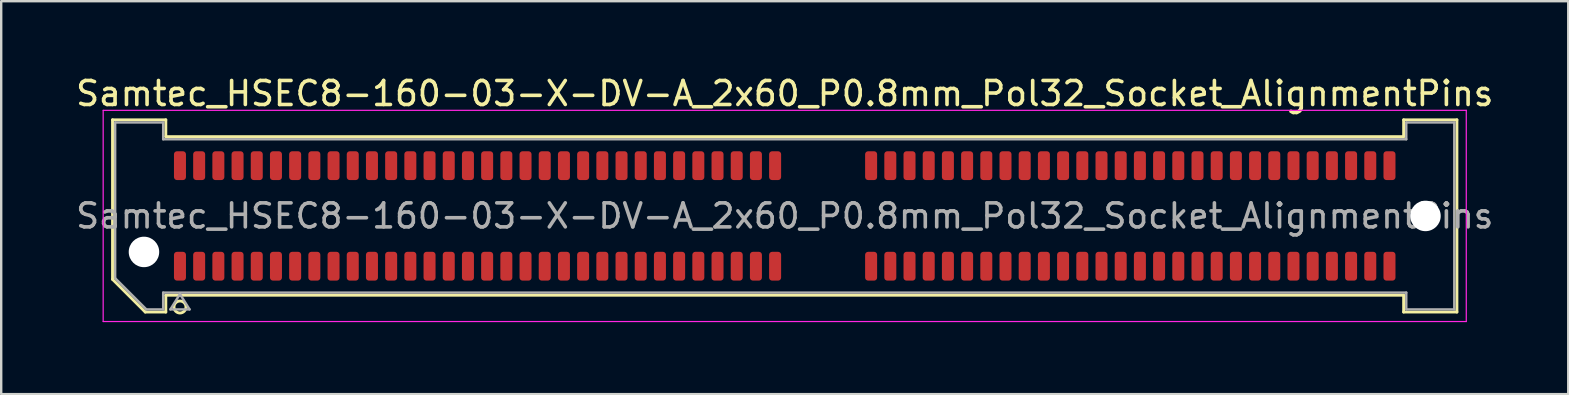
<source format=kicad_pcb>
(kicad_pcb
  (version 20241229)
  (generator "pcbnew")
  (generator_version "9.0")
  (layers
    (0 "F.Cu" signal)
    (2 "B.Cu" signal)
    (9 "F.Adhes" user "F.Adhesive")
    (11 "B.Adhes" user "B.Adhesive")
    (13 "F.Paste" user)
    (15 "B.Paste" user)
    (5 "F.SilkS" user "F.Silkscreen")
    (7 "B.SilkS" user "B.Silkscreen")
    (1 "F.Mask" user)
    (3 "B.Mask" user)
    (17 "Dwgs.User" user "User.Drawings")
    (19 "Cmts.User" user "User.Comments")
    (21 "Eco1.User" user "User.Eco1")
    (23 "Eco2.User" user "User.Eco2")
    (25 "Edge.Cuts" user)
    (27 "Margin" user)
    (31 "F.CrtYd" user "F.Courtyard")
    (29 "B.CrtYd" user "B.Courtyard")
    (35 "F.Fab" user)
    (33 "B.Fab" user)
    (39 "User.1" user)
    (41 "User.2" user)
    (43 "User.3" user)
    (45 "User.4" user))
  (footprint "Samtec_HSEC8-160-03-X-DV-A_2x60_P0.8mm_Pol32_Socket_AlignmentPins"
    (layer "F.Cu")
    (at 29.649 5.948)
    (property "Reference" "Samtec_HSEC8-160-03-X-DV-A_2x60_P0.8mm_Pol32_Socket_AlignmentPins" (at 0 -5.1 0) (layer "F.SilkS") (effects (font (size 1 1) (thickness 0.15))))
    (attr smd)
    (fp_line (start -28.01 -4.005) (end -25.79 -4.005) (stroke (width 0.12) (type solid)) (layer "F.SilkS"))
    (fp_line (start -28.01 2.641) (end -28.01 -4.005) (stroke (width 0.12) (type solid)) (layer "F.SilkS"))
    (fp_line (start -26.646 4.005) (end -28.01 2.641) (stroke (width 0.12) (type solid)) (layer "F.SilkS"))
    (fp_line (start -25.79 -4.005) (end -25.79 -3.305) (stroke (width 0.12) (type solid)) (layer "F.SilkS"))
    (fp_line (start -25.79 -3.305) (end 25.79 -3.305) (stroke (width 0.12) (type solid)) (layer "F.SilkS"))
    (fp_line (start -25.79 3.305) (end -25.79 4.005) (stroke (width 0.12) (type solid)) (layer "F.SilkS"))
    (fp_line (start -25.79 4.005) (end -26.646 4.005) (stroke (width 0.12) (type solid)) (layer "F.SilkS"))
    (fp_line (start 25.79 -4.005) (end 28.01 -4.005) (stroke (width 0.12) (type solid)) (layer "F.SilkS"))
    (fp_line (start 25.79 -3.305) (end 25.79 -4.005) (stroke (width 0.12) (type solid)) (layer "F.SilkS"))
    (fp_line (start 25.79 3.305) (end -25.79 3.305) (stroke (width 0.12) (type solid)) (layer "F.SilkS"))
    (fp_line (start 25.79 4.005) (end 25.79 3.305) (stroke (width 0.12) (type solid)) (layer "F.SilkS"))
    (fp_line (start 28.01 -4.005) (end 28.01 4.005) (stroke (width 0.12) (type solid)) (layer "F.SilkS"))
    (fp_line (start 28.01 4.005) (end 25.79 4.005) (stroke (width 0.12) (type solid)) (layer "F.SilkS"))
    (fp_arc (start -24.95 3.795) (mid -25.45 3.795) (end -24.95 3.795) (stroke (width 0.12) (type solid)) (layer "F.SilkS"))
    (fp_line (start -28.4 -4.4) (end -28.4 4.4) (stroke (width 0.05) (type solid)) (layer "F.CrtYd"))
    (fp_line (start -28.4 4.4) (end 28.4 4.4) (stroke (width 0.05) (type solid)) (layer "F.CrtYd"))
    (fp_line (start 28.4 -4.4) (end -28.4 -4.4) (stroke (width 0.05) (type solid)) (layer "F.CrtYd"))
    (fp_line (start 28.4 4.4) (end 28.4 -4.4) (stroke (width 0.05) (type solid)) (layer "F.CrtYd"))
    (fp_line (start -27.9 -3.895) (end -25.9 -3.895) (stroke (width 0.1) (type solid)) (layer "F.Fab"))
    (fp_line (start -27.9 2.595) (end -27.9 -3.895) (stroke (width 0.1) (type solid)) (layer "F.Fab"))
    (fp_line (start -26.6 3.895) (end -27.9 2.595) (stroke (width 0.1) (type solid)) (layer "F.Fab"))
    (fp_line (start -25.9 -3.895) (end -25.9 -3.195) (stroke (width 0.1) (type solid)) (layer "F.Fab"))
    (fp_line (start -25.9 -3.195) (end 25.9 -3.195) (stroke (width 0.1) (type solid)) (layer "F.Fab"))
    (fp_line (start -25.9 3.195) (end -25.9 3.895) (stroke (width 0.1) (type solid)) (layer "F.Fab"))
    (fp_line (start -25.9 3.895) (end -26.6 3.895) (stroke (width 0.1) (type solid)) (layer "F.Fab"))
    (fp_line (start -25.6 3.895) (end -25.2 3.255) (stroke (width 0.1) (type solid)) (layer "F.Fab"))
    (fp_line (start -25.2 3.255) (end -24.8 3.895) (stroke (width 0.1) (type solid)) (layer "F.Fab"))
    (fp_line (start -24.8 3.895) (end -25.6 3.895) (stroke (width 0.1) (type solid)) (layer "F.Fab"))
    (fp_line (start 25.9 -3.895) (end 27.9 -3.895) (stroke (width 0.1) (type solid)) (layer "F.Fab"))
    (fp_line (start 25.9 -3.195) (end 25.9 -3.895) (stroke (width 0.1) (type solid)) (layer "F.Fab"))
    (fp_line (start 25.9 3.195) (end -25.9 3.195) (stroke (width 0.1) (type solid)) (layer "F.Fab"))
    (fp_line (start 25.9 3.895) (end 25.9 3.195) (stroke (width 0.1) (type solid)) (layer "F.Fab"))
    (fp_line (start 27.9 -3.895) (end 27.9 3.895) (stroke (width 0.1) (type solid)) (layer "F.Fab"))
    (fp_line (start 27.9 3.895) (end 25.9 3.895) (stroke (width 0.1) (type solid)) (layer "F.Fab"))
    (fp_text user "${REFERENCE}" (at 0 0 0) (layer "F.Fab") (effects (font (size 1 1) (thickness 0.15))))
    (pad "" np_thru_hole circle (at -26.7 1.5) (size 1.27 1.27) (drill 1.27) (layers "*.Cu" "*.Mask"))
    (pad "" np_thru_hole circle (at 26.7 0) (size 1.27 1.27) (drill 1.27) (layers "*.Cu" "*.Mask"))
    (pad "1" smd roundrect (at -25.2 2.095) (size 0.5 1.2) (layers "F.Cu" "F.Mask" "F.Paste") (roundrect_rratio 0.25))
    (pad "2" smd roundrect (at -25.2 -2.095) (size 0.5 1.2) (layers "F.Cu" "F.Mask" "F.Paste") (roundrect_rratio 0.25))
    (pad "3" smd roundrect (at -24.4 2.095) (size 0.5 1.2) (layers "F.Cu" "F.Mask" "F.Paste") (roundrect_rratio 0.25))
    (pad "4" smd roundrect (at -24.4 -2.095) (size 0.5 1.2) (layers "F.Cu" "F.Mask" "F.Paste") (roundrect_rratio 0.25))
    (pad "5" smd roundrect (at -23.6 2.095) (size 0.5 1.2) (layers "F.Cu" "F.Mask" "F.Paste") (roundrect_rratio 0.25))
    (pad "6" smd roundrect (at -23.6 -2.095) (size 0.5 1.2) (layers "F.Cu" "F.Mask" "F.Paste") (roundrect_rratio 0.25))
    (pad "7" smd roundrect (at -22.8 2.095) (size 0.5 1.2) (layers "F.Cu" "F.Mask" "F.Paste") (roundrect_rratio 0.25))
    (pad "8" smd roundrect (at -22.8 -2.095) (size 0.5 1.2) (layers "F.Cu" "F.Mask" "F.Paste") (roundrect_rratio 0.25))
    (pad "9" smd roundrect (at -22 2.095) (size 0.5 1.2) (layers "F.Cu" "F.Mask" "F.Paste") (roundrect_rratio 0.25))
    (pad "10" smd roundrect (at -22 -2.095) (size 0.5 1.2) (layers "F.Cu" "F.Mask" "F.Paste") (roundrect_rratio 0.25))
    (pad "11" smd roundrect (at -21.2 2.095) (size 0.5 1.2) (layers "F.Cu" "F.Mask" "F.Paste") (roundrect_rratio 0.25))
    (pad "12" smd roundrect (at -21.2 -2.095) (size 0.5 1.2) (layers "F.Cu" "F.Mask" "F.Paste") (roundrect_rratio 0.25))
    (pad "13" smd roundrect (at -20.4 2.095) (size 0.5 1.2) (layers "F.Cu" "F.Mask" "F.Paste") (roundrect_rratio 0.25))
    (pad "14" smd roundrect (at -20.4 -2.095) (size 0.5 1.2) (layers "F.Cu" "F.Mask" "F.Paste") (roundrect_rratio 0.25))
    (pad "15" smd roundrect (at -19.6 2.095) (size 0.5 1.2) (layers "F.Cu" "F.Mask" "F.Paste") (roundrect_rratio 0.25))
    (pad "16" smd roundrect (at -19.6 -2.095) (size 0.5 1.2) (layers "F.Cu" "F.Mask" "F.Paste") (roundrect_rratio 0.25))
    (pad "17" smd roundrect (at -18.8 2.095) (size 0.5 1.2) (layers "F.Cu" "F.Mask" "F.Paste") (roundrect_rratio 0.25))
    (pad "18" smd roundrect (at -18.8 -2.095) (size 0.5 1.2) (layers "F.Cu" "F.Mask" "F.Paste") (roundrect_rratio 0.25))
    (pad "19" smd roundrect (at -18 2.095) (size 0.5 1.2) (layers "F.Cu" "F.Mask" "F.Paste") (roundrect_rratio 0.25))
    (pad "20" smd roundrect (at -18 -2.095) (size 0.5 1.2) (layers "F.Cu" "F.Mask" "F.Paste") (roundrect_rratio 0.25))
    (pad "21" smd roundrect (at -17.2 2.095) (size 0.5 1.2) (layers "F.Cu" "F.Mask" "F.Paste") (roundrect_rratio 0.25))
    (pad "22" smd roundrect (at -17.2 -2.095) (size 0.5 1.2) (layers "F.Cu" "F.Mask" "F.Paste") (roundrect_rratio 0.25))
    (pad "23" smd roundrect (at -16.4 2.095) (size 0.5 1.2) (layers "F.Cu" "F.Mask" "F.Paste") (roundrect_rratio 0.25))
    (pad "24" smd roundrect (at -16.4 -2.095) (size 0.5 1.2) (layers "F.Cu" "F.Mask" "F.Paste") (roundrect_rratio 0.25))
    (pad "25" smd roundrect (at -15.6 2.095) (size 0.5 1.2) (layers "F.Cu" "F.Mask" "F.Paste") (roundrect_rratio 0.25))
    (pad "26" smd roundrect (at -15.6 -2.095) (size 0.5 1.2) (layers "F.Cu" "F.Mask" "F.Paste") (roundrect_rratio 0.25))
    (pad "27" smd roundrect (at -14.8 2.095) (size 0.5 1.2) (layers "F.Cu" "F.Mask" "F.Paste") (roundrect_rratio 0.25))
    (pad "28" smd roundrect (at -14.8 -2.095) (size 0.5 1.2) (layers "F.Cu" "F.Mask" "F.Paste") (roundrect_rratio 0.25))
    (pad "29" smd roundrect (at -14 2.095) (size 0.5 1.2) (layers "F.Cu" "F.Mask" "F.Paste") (roundrect_rratio 0.25))
    (pad "30" smd roundrect (at -14 -2.095) (size 0.5 1.2) (layers "F.Cu" "F.Mask" "F.Paste") (roundrect_rratio 0.25))
    (pad "31" smd roundrect (at -13.2 2.095) (size 0.5 1.2) (layers "F.Cu" "F.Mask" "F.Paste") (roundrect_rratio 0.25))
    (pad "32" smd roundrect (at -13.2 -2.095) (size 0.5 1.2) (layers "F.Cu" "F.Mask" "F.Paste") (roundrect_rratio 0.25))
    (pad "33" smd roundrect (at -12.4 2.095) (size 0.5 1.2) (layers "F.Cu" "F.Mask" "F.Paste") (roundrect_rratio 0.25))
    (pad "34" smd roundrect (at -12.4 -2.095) (size 0.5 1.2) (layers "F.Cu" "F.Mask" "F.Paste") (roundrect_rratio 0.25))
    (pad "35" smd roundrect (at -11.6 2.095) (size 0.5 1.2) (layers "F.Cu" "F.Mask" "F.Paste") (roundrect_rratio 0.25))
    (pad "36" smd roundrect (at -11.6 -2.095) (size 0.5 1.2) (layers "F.Cu" "F.Mask" "F.Paste") (roundrect_rratio 0.25))
    (pad "37" smd roundrect (at -10.8 2.095) (size 0.5 1.2) (layers "F.Cu" "F.Mask" "F.Paste") (roundrect_rratio 0.25))
    (pad "38" smd roundrect (at -10.8 -2.095) (size 0.5 1.2) (layers "F.Cu" "F.Mask" "F.Paste") (roundrect_rratio 0.25))
    (pad "39" smd roundrect (at -10 2.095) (size 0.5 1.2) (layers "F.Cu" "F.Mask" "F.Paste") (roundrect_rratio 0.25))
    (pad "40" smd roundrect (at -10 -2.095) (size 0.5 1.2) (layers "F.Cu" "F.Mask" "F.Paste") (roundrect_rratio 0.25))
    (pad "41" smd roundrect (at -9.2 2.095) (size 0.5 1.2) (layers "F.Cu" "F.Mask" "F.Paste") (roundrect_rratio 0.25))
    (pad "42" smd roundrect (at -9.2 -2.095) (size 0.5 1.2) (layers "F.Cu" "F.Mask" "F.Paste") (roundrect_rratio 0.25))
    (pad "43" smd roundrect (at -8.4 2.095) (size 0.5 1.2) (layers "F.Cu" "F.Mask" "F.Paste") (roundrect_rratio 0.25))
    (pad "44" smd roundrect (at -8.4 -2.095) (size 0.5 1.2) (layers "F.Cu" "F.Mask" "F.Paste") (roundrect_rratio 0.25))
    (pad "45" smd roundrect (at -7.6 2.095) (size 0.5 1.2) (layers "F.Cu" "F.Mask" "F.Paste") (roundrect_rratio 0.25))
    (pad "46" smd roundrect (at -7.6 -2.095) (size 0.5 1.2) (layers "F.Cu" "F.Mask" "F.Paste") (roundrect_rratio 0.25))
    (pad "47" smd roundrect (at -6.8 2.095) (size 0.5 1.2) (layers "F.Cu" "F.Mask" "F.Paste") (roundrect_rratio 0.25))
    (pad "48" smd roundrect (at -6.8 -2.095) (size 0.5 1.2) (layers "F.Cu" "F.Mask" "F.Paste") (roundrect_rratio 0.25))
    (pad "49" smd roundrect (at -6 2.095) (size 0.5 1.2) (layers "F.Cu" "F.Mask" "F.Paste") (roundrect_rratio 0.25))
    (pad "50" smd roundrect (at -6 -2.095) (size 0.5 1.2) (layers "F.Cu" "F.Mask" "F.Paste") (roundrect_rratio 0.25))
    (pad "51" smd roundrect (at -5.2 2.095) (size 0.5 1.2) (layers "F.Cu" "F.Mask" "F.Paste") (roundrect_rratio 0.25))
    (pad "52" smd roundrect (at -5.2 -2.095) (size 0.5 1.2) (layers "F.Cu" "F.Mask" "F.Paste") (roundrect_rratio 0.25))
    (pad "53" smd roundrect (at -4.4 2.095) (size 0.5 1.2) (layers "F.Cu" "F.Mask" "F.Paste") (roundrect_rratio 0.25))
    (pad "54" smd roundrect (at -4.4 -2.095) (size 0.5 1.2) (layers "F.Cu" "F.Mask" "F.Paste") (roundrect_rratio 0.25))
    (pad "55" smd roundrect (at -3.6 2.095) (size 0.5 1.2) (layers "F.Cu" "F.Mask" "F.Paste") (roundrect_rratio 0.25))
    (pad "56" smd roundrect (at -3.6 -2.095) (size 0.5 1.2) (layers "F.Cu" "F.Mask" "F.Paste") (roundrect_rratio 0.25))
    (pad "57" smd roundrect (at -2.8 2.095) (size 0.5 1.2) (layers "F.Cu" "F.Mask" "F.Paste") (roundrect_rratio 0.25))
    (pad "58" smd roundrect (at -2.8 -2.095) (size 0.5 1.2) (layers "F.Cu" "F.Mask" "F.Paste") (roundrect_rratio 0.25))
    (pad "59" smd roundrect (at -2 2.095) (size 0.5 1.2) (layers "F.Cu" "F.Mask" "F.Paste") (roundrect_rratio 0.25))
    (pad "60" smd roundrect (at -2 -2.095) (size 0.5 1.2) (layers "F.Cu" "F.Mask" "F.Paste") (roundrect_rratio 0.25))
    (pad "61" smd roundrect (at -1.2 2.095) (size 0.5 1.2) (layers "F.Cu" "F.Mask" "F.Paste") (roundrect_rratio 0.25))
    (pad "62" smd roundrect (at -1.2 -2.095) (size 0.5 1.2) (layers "F.Cu" "F.Mask" "F.Paste") (roundrect_rratio 0.25))
    (pad "63" smd roundrect (at -0.4 2.095) (size 0.5 1.2) (layers "F.Cu" "F.Mask" "F.Paste") (roundrect_rratio 0.25))
    (pad "64" smd roundrect (at -0.4 -2.095) (size 0.5 1.2) (layers "F.Cu" "F.Mask" "F.Paste") (roundrect_rratio 0.25))
    (pad "65" smd roundrect (at 3.6 2.095) (size 0.5 1.2) (layers "F.Cu" "F.Mask" "F.Paste") (roundrect_rratio 0.25))
    (pad "66" smd roundrect (at 3.6 -2.095) (size 0.5 1.2) (layers "F.Cu" "F.Mask" "F.Paste") (roundrect_rratio 0.25))
    (pad "67" smd roundrect (at 4.4 2.095) (size 0.5 1.2) (layers "F.Cu" "F.Mask" "F.Paste") (roundrect_rratio 0.25))
    (pad "68" smd roundrect (at 4.4 -2.095) (size 0.5 1.2) (layers "F.Cu" "F.Mask" "F.Paste") (roundrect_rratio 0.25))
    (pad "69" smd roundrect (at 5.2 2.095) (size 0.5 1.2) (layers "F.Cu" "F.Mask" "F.Paste") (roundrect_rratio 0.25))
    (pad "70" smd roundrect (at 5.2 -2.095) (size 0.5 1.2) (layers "F.Cu" "F.Mask" "F.Paste") (roundrect_rratio 0.25))
    (pad "71" smd roundrect (at 6 2.095) (size 0.5 1.2) (layers "F.Cu" "F.Mask" "F.Paste") (roundrect_rratio 0.25))
    (pad "72" smd roundrect (at 6 -2.095) (size 0.5 1.2) (layers "F.Cu" "F.Mask" "F.Paste") (roundrect_rratio 0.25))
    (pad "73" smd roundrect (at 6.8 2.095) (size 0.5 1.2) (layers "F.Cu" "F.Mask" "F.Paste") (roundrect_rratio 0.25))
    (pad "74" smd roundrect (at 6.8 -2.095) (size 0.5 1.2) (layers "F.Cu" "F.Mask" "F.Paste") (roundrect_rratio 0.25))
    (pad "75" smd roundrect (at 7.6 2.095) (size 0.5 1.2) (layers "F.Cu" "F.Mask" "F.Paste") (roundrect_rratio 0.25))
    (pad "76" smd roundrect (at 7.6 -2.095) (size 0.5 1.2) (layers "F.Cu" "F.Mask" "F.Paste") (roundrect_rratio 0.25))
    (pad "77" smd roundrect (at 8.4 2.095) (size 0.5 1.2) (layers "F.Cu" "F.Mask" "F.Paste") (roundrect_rratio 0.25))
    (pad "78" smd roundrect (at 8.4 -2.095) (size 0.5 1.2) (layers "F.Cu" "F.Mask" "F.Paste") (roundrect_rratio 0.25))
    (pad "79" smd roundrect (at 9.2 2.095) (size 0.5 1.2) (layers "F.Cu" "F.Mask" "F.Paste") (roundrect_rratio 0.25))
    (pad "80" smd roundrect (at 9.2 -2.095) (size 0.5 1.2) (layers "F.Cu" "F.Mask" "F.Paste") (roundrect_rratio 0.25))
    (pad "81" smd roundrect (at 10 2.095) (size 0.5 1.2) (layers "F.Cu" "F.Mask" "F.Paste") (roundrect_rratio 0.25))
    (pad "82" smd roundrect (at 10 -2.095) (size 0.5 1.2) (layers "F.Cu" "F.Mask" "F.Paste") (roundrect_rratio 0.25))
    (pad "83" smd roundrect (at 10.8 2.095) (size 0.5 1.2) (layers "F.Cu" "F.Mask" "F.Paste") (roundrect_rratio 0.25))
    (pad "84" smd roundrect (at 10.8 -2.095) (size 0.5 1.2) (layers "F.Cu" "F.Mask" "F.Paste") (roundrect_rratio 0.25))
    (pad "85" smd roundrect (at 11.6 2.095) (size 0.5 1.2) (layers "F.Cu" "F.Mask" "F.Paste") (roundrect_rratio 0.25))
    (pad "86" smd roundrect (at 11.6 -2.095) (size 0.5 1.2) (layers "F.Cu" "F.Mask" "F.Paste") (roundrect_rratio 0.25))
    (pad "87" smd roundrect (at 12.4 2.095) (size 0.5 1.2) (layers "F.Cu" "F.Mask" "F.Paste") (roundrect_rratio 0.25))
    (pad "88" smd roundrect (at 12.4 -2.095) (size 0.5 1.2) (layers "F.Cu" "F.Mask" "F.Paste") (roundrect_rratio 0.25))
    (pad "89" smd roundrect (at 13.2 2.095) (size 0.5 1.2) (layers "F.Cu" "F.Mask" "F.Paste") (roundrect_rratio 0.25))
    (pad "90" smd roundrect (at 13.2 -2.095) (size 0.5 1.2) (layers "F.Cu" "F.Mask" "F.Paste") (roundrect_rratio 0.25))
    (pad "91" smd roundrect (at 14 2.095) (size 0.5 1.2) (layers "F.Cu" "F.Mask" "F.Paste") (roundrect_rratio 0.25))
    (pad "92" smd roundrect (at 14 -2.095) (size 0.5 1.2) (layers "F.Cu" "F.Mask" "F.Paste") (roundrect_rratio 0.25))
    (pad "93" smd roundrect (at 14.8 2.095) (size 0.5 1.2) (layers "F.Cu" "F.Mask" "F.Paste") (roundrect_rratio 0.25))
    (pad "94" smd roundrect (at 14.8 -2.095) (size 0.5 1.2) (layers "F.Cu" "F.Mask" "F.Paste") (roundrect_rratio 0.25))
    (pad "95" smd roundrect (at 15.6 2.095) (size 0.5 1.2) (layers "F.Cu" "F.Mask" "F.Paste") (roundrect_rratio 0.25))
    (pad "96" smd roundrect (at 15.6 -2.095) (size 0.5 1.2) (layers "F.Cu" "F.Mask" "F.Paste") (roundrect_rratio 0.25))
    (pad "97" smd roundrect (at 16.4 2.095) (size 0.5 1.2) (layers "F.Cu" "F.Mask" "F.Paste") (roundrect_rratio 0.25))
    (pad "98" smd roundrect (at 16.4 -2.095) (size 0.5 1.2) (layers "F.Cu" "F.Mask" "F.Paste") (roundrect_rratio 0.25))
    (pad "99" smd roundrect (at 17.2 2.095) (size 0.5 1.2) (layers "F.Cu" "F.Mask" "F.Paste") (roundrect_rratio 0.25))
    (pad "100" smd roundrect (at 17.2 -2.095) (size 0.5 1.2) (layers "F.Cu" "F.Mask" "F.Paste") (roundrect_rratio 0.25))
    (pad "101" smd roundrect (at 18 2.095) (size 0.5 1.2) (layers "F.Cu" "F.Mask" "F.Paste") (roundrect_rratio 0.25))
    (pad "102" smd roundrect (at 18 -2.095) (size 0.5 1.2) (layers "F.Cu" "F.Mask" "F.Paste") (roundrect_rratio 0.25))
    (pad "103" smd roundrect (at 18.8 2.095) (size 0.5 1.2) (layers "F.Cu" "F.Mask" "F.Paste") (roundrect_rratio 0.25))
    (pad "104" smd roundrect (at 18.8 -2.095) (size 0.5 1.2) (layers "F.Cu" "F.Mask" "F.Paste") (roundrect_rratio 0.25))
    (pad "105" smd roundrect (at 19.6 2.095) (size 0.5 1.2) (layers "F.Cu" "F.Mask" "F.Paste") (roundrect_rratio 0.25))
    (pad "106" smd roundrect (at 19.6 -2.095) (size 0.5 1.2) (layers "F.Cu" "F.Mask" "F.Paste") (roundrect_rratio 0.25))
    (pad "107" smd roundrect (at 20.4 2.095) (size 0.5 1.2) (layers "F.Cu" "F.Mask" "F.Paste") (roundrect_rratio 0.25))
    (pad "108" smd roundrect (at 20.4 -2.095) (size 0.5 1.2) (layers "F.Cu" "F.Mask" "F.Paste") (roundrect_rratio 0.25))
    (pad "109" smd roundrect (at 21.2 2.095) (size 0.5 1.2) (layers "F.Cu" "F.Mask" "F.Paste") (roundrect_rratio 0.25))
    (pad "110" smd roundrect (at 21.2 -2.095) (size 0.5 1.2) (layers "F.Cu" "F.Mask" "F.Paste") (roundrect_rratio 0.25))
    (pad "111" smd roundrect (at 22 2.095) (size 0.5 1.2) (layers "F.Cu" "F.Mask" "F.Paste") (roundrect_rratio 0.25))
    (pad "112" smd roundrect (at 22 -2.095) (size 0.5 1.2) (layers "F.Cu" "F.Mask" "F.Paste") (roundrect_rratio 0.25))
    (pad "113" smd roundrect (at 22.8 2.095) (size 0.5 1.2) (layers "F.Cu" "F.Mask" "F.Paste") (roundrect_rratio 0.25))
    (pad "114" smd roundrect (at 22.8 -2.095) (size 0.5 1.2) (layers "F.Cu" "F.Mask" "F.Paste") (roundrect_rratio 0.25))
    (pad "115" smd roundrect (at 23.6 2.095) (size 0.5 1.2) (layers "F.Cu" "F.Mask" "F.Paste") (roundrect_rratio 0.25))
    (pad "116" smd roundrect (at 23.6 -2.095) (size 0.5 1.2) (layers "F.Cu" "F.Mask" "F.Paste") (roundrect_rratio 0.25))
    (pad "117" smd roundrect (at 24.4 2.095) (size 0.5 1.2) (layers "F.Cu" "F.Mask" "F.Paste") (roundrect_rratio 0.25))
    (pad "118" smd roundrect (at 24.4 -2.095) (size 0.5 1.2) (layers "F.Cu" "F.Mask" "F.Paste") (roundrect_rratio 0.25))
    (pad "119" smd roundrect (at 25.2 2.095) (size 0.5 1.2) (layers "F.Cu" "F.Mask" "F.Paste") (roundrect_rratio 0.25))
    (pad "120" smd roundrect (at 25.2 -2.095) (size 0.5 1.2) (layers "F.Cu" "F.Mask" "F.Paste") (roundrect_rratio 0.25)))
  (gr_rect
    (start -3 -3)
    (end 62.298 13.373)
    (stroke (width 0.1) (type default))
    (fill no)
    (layer "Edge.Cuts")))
</source>
